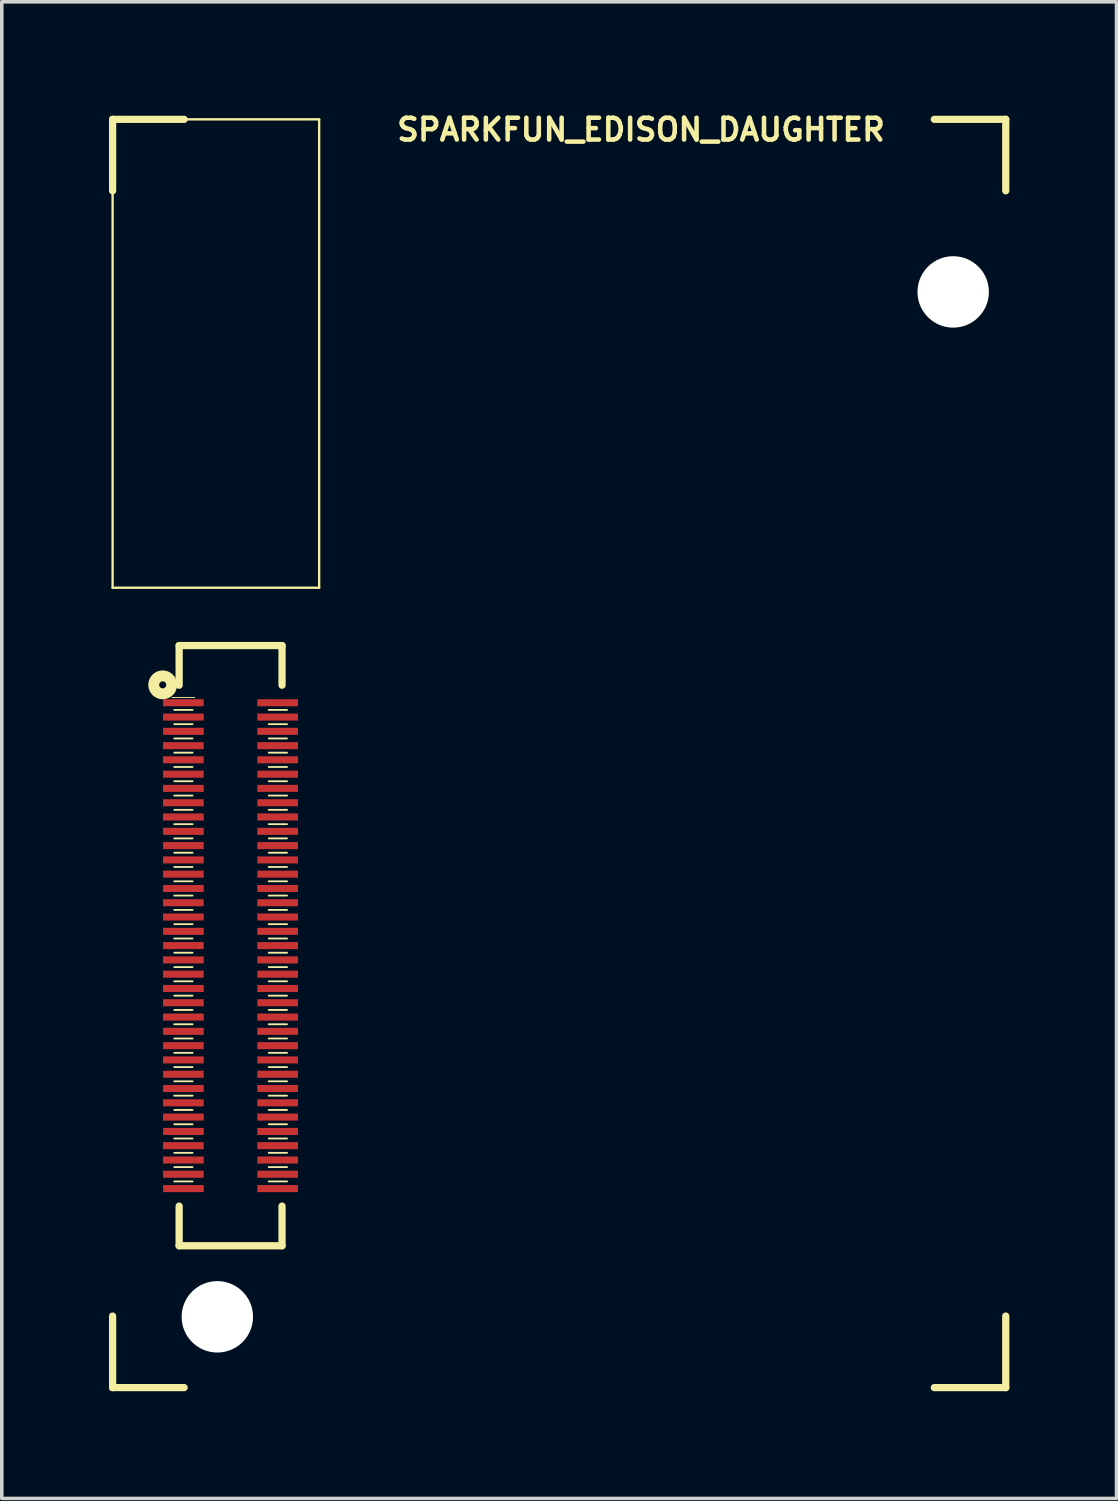
<source format=kicad_pcb>
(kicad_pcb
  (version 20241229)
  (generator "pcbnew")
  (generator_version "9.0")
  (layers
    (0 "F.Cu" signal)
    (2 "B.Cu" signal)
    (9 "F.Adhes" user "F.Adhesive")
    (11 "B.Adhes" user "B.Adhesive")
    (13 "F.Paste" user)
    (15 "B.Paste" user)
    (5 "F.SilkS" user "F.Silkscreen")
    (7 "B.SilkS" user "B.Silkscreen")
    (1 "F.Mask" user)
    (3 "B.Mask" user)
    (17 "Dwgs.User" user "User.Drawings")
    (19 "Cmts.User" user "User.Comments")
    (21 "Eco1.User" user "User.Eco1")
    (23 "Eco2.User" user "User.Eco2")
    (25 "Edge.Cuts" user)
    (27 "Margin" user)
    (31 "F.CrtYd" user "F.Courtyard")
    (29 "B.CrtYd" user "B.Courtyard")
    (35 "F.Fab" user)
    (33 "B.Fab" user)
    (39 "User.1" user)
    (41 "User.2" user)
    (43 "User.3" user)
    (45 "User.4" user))
  (footprint "SPARKFUN_EDISON_DAUGHTER"
    (layer "F.Cu")
    (at 14.072 18.009)
    (property "Reference" "SPARKFUN_EDISON_DAUGHTER" (at 0.82 -17.429 0) (layer "F.SilkS") (effects (font (size 0.61 0.61) (thickness 0.127))))
    (attr smd)
    (fp_line (start -13.97 -17.719) (end -11.968 -17.719) (stroke (width 0.203) (type solid)) (layer "F.SilkS"))
    (fp_line (start -13.97 -17.719) (end -8.189 -17.719) (stroke (width 0.066) (type solid)) (layer "F.SilkS"))
    (fp_line (start -13.97 -15.718) (end -13.97 -17.719) (stroke (width 0.203) (type solid)) (layer "F.SilkS"))
    (fp_line (start -13.97 -4.608) (end -13.97 -17.719) (stroke (width 0.066) (type solid)) (layer "F.SilkS"))
    (fp_line (start -13.97 -4.608) (end -8.189 -4.608) (stroke (width 0.066) (type solid)) (layer "F.SilkS"))
    (fp_line (start -13.97 17.78) (end -13.97 15.778) (stroke (width 0.203) (type solid)) (layer "F.SilkS"))
    (fp_line (start -12.306 -1.537) (end -11.671 -1.537) (stroke (width 0.025) (type solid)) (layer "F.SilkS"))
    (fp_line (start -12.245 -1.189) (end -11.732 -1.189) (stroke (width 0.051) (type solid)) (layer "F.SilkS"))
    (fp_line (start -12.245 -0.79) (end -11.732 -0.79) (stroke (width 0.051) (type solid)) (layer "F.SilkS"))
    (fp_line (start -12.245 -0.389) (end -11.732 -0.389) (stroke (width 0.051) (type solid)) (layer "F.SilkS"))
    (fp_line (start -12.245 0.008) (end -11.732 0.008) (stroke (width 0.051) (type solid)) (layer "F.SilkS"))
    (fp_line (start -12.245 0.409) (end -11.732 0.409) (stroke (width 0.051) (type solid)) (layer "F.SilkS"))
    (fp_line (start -12.245 0.808) (end -11.732 0.808) (stroke (width 0.051) (type solid)) (layer "F.SilkS"))
    (fp_line (start -12.245 1.209) (end -11.732 1.209) (stroke (width 0.051) (type solid)) (layer "F.SilkS"))
    (fp_line (start -12.245 1.608) (end -11.732 1.608) (stroke (width 0.051) (type solid)) (layer "F.SilkS"))
    (fp_line (start -12.245 2.009) (end -11.732 2.009) (stroke (width 0.051) (type solid)) (layer "F.SilkS"))
    (fp_line (start -12.245 2.408) (end -11.732 2.408) (stroke (width 0.051) (type solid)) (layer "F.SilkS"))
    (fp_line (start -12.245 2.809) (end -11.732 2.809) (stroke (width 0.051) (type solid)) (layer "F.SilkS"))
    (fp_line (start -12.245 3.208) (end -11.732 3.208) (stroke (width 0.051) (type solid)) (layer "F.SilkS"))
    (fp_line (start -12.245 3.609) (end -11.732 3.609) (stroke (width 0.051) (type solid)) (layer "F.SilkS"))
    (fp_line (start -12.245 4.008) (end -11.732 4.008) (stroke (width 0.051) (type solid)) (layer "F.SilkS"))
    (fp_line (start -12.245 4.409) (end -11.732 4.409) (stroke (width 0.051) (type solid)) (layer "F.SilkS"))
    (fp_line (start -12.245 4.808) (end -11.732 4.808) (stroke (width 0.051) (type solid)) (layer "F.SilkS"))
    (fp_line (start -12.245 5.21) (end -11.732 5.21) (stroke (width 0.051) (type solid)) (layer "F.SilkS"))
    (fp_line (start -12.245 5.608) (end -11.732 5.608) (stroke (width 0.051) (type solid)) (layer "F.SilkS"))
    (fp_line (start -12.245 6.01) (end -11.732 6.01) (stroke (width 0.051) (type solid)) (layer "F.SilkS"))
    (fp_line (start -12.245 6.408) (end -11.732 6.408) (stroke (width 0.051) (type solid)) (layer "F.SilkS"))
    (fp_line (start -12.245 6.81) (end -11.732 6.81) (stroke (width 0.051) (type solid)) (layer "F.SilkS"))
    (fp_line (start -12.245 7.209) (end -11.732 7.209) (stroke (width 0.051) (type solid)) (layer "F.SilkS"))
    (fp_line (start -12.245 7.61) (end -11.732 7.61) (stroke (width 0.051) (type solid)) (layer "F.SilkS"))
    (fp_line (start -12.245 8.009) (end -11.732 8.009) (stroke (width 0.051) (type solid)) (layer "F.SilkS"))
    (fp_line (start -12.245 8.41) (end -11.732 8.41) (stroke (width 0.051) (type solid)) (layer "F.SilkS"))
    (fp_line (start -12.245 8.809) (end -11.732 8.809) (stroke (width 0.051) (type solid)) (layer "F.SilkS"))
    (fp_line (start -12.245 9.207) (end -11.732 9.207) (stroke (width 0.051) (type solid)) (layer "F.SilkS"))
    (fp_line (start -12.245 9.609) (end -11.732 9.609) (stroke (width 0.051) (type solid)) (layer "F.SilkS"))
    (fp_line (start -12.245 10.008) (end -11.732 10.008) (stroke (width 0.051) (type solid)) (layer "F.SilkS"))
    (fp_line (start -12.245 10.409) (end -11.732 10.409) (stroke (width 0.051) (type solid)) (layer "F.SilkS"))
    (fp_line (start -12.245 10.808) (end -11.732 10.808) (stroke (width 0.051) (type solid)) (layer "F.SilkS"))
    (fp_line (start -12.245 11.209) (end -11.732 11.209) (stroke (width 0.051) (type solid)) (layer "F.SilkS"))
    (fp_line (start -12.245 11.608) (end -11.732 11.608) (stroke (width 0.051) (type solid)) (layer "F.SilkS"))
    (fp_line (start -12.245 12.009) (end -11.732 12.009) (stroke (width 0.051) (type solid)) (layer "F.SilkS"))
    (fp_line (start -12.108 -2.99) (end -12.108 -1.88) (stroke (width 0.203) (type solid)) (layer "F.SilkS"))
    (fp_line (start -12.108 -2.99) (end -9.228 -2.99) (stroke (width 0.203) (type solid)) (layer "F.SilkS"))
    (fp_line (start -12.108 12.7) (end -12.108 13.81) (stroke (width 0.203) (type solid)) (layer "F.SilkS"))
    (fp_line (start -11.968 17.78) (end -13.97 17.78) (stroke (width 0.203) (type solid)) (layer "F.SilkS"))
    (fp_line (start -9.599 -1.189) (end -9.088 -1.189) (stroke (width 0.051) (type solid)) (layer "F.SilkS"))
    (fp_line (start -9.599 -0.79) (end -9.088 -0.79) (stroke (width 0.051) (type solid)) (layer "F.SilkS"))
    (fp_line (start -9.599 -0.389) (end -9.088 -0.389) (stroke (width 0.051) (type solid)) (layer "F.SilkS"))
    (fp_line (start -9.599 0.008) (end -9.088 0.008) (stroke (width 0.051) (type solid)) (layer "F.SilkS"))
    (fp_line (start -9.599 0.409) (end -9.088 0.409) (stroke (width 0.051) (type solid)) (layer "F.SilkS"))
    (fp_line (start -9.599 0.808) (end -9.088 0.808) (stroke (width 0.051) (type solid)) (layer "F.SilkS"))
    (fp_line (start -9.599 1.209) (end -9.088 1.209) (stroke (width 0.051) (type solid)) (layer "F.SilkS"))
    (fp_line (start -9.599 1.608) (end -9.088 1.608) (stroke (width 0.051) (type solid)) (layer "F.SilkS"))
    (fp_line (start -9.599 2.009) (end -9.088 2.009) (stroke (width 0.051) (type solid)) (layer "F.SilkS"))
    (fp_line (start -9.599 2.408) (end -9.088 2.408) (stroke (width 0.051) (type solid)) (layer "F.SilkS"))
    (fp_line (start -9.599 2.809) (end -9.088 2.809) (stroke (width 0.051) (type solid)) (layer "F.SilkS"))
    (fp_line (start -9.599 3.208) (end -9.088 3.208) (stroke (width 0.051) (type solid)) (layer "F.SilkS"))
    (fp_line (start -9.599 3.609) (end -9.088 3.609) (stroke (width 0.051) (type solid)) (layer "F.SilkS"))
    (fp_line (start -9.599 4.008) (end -9.088 4.008) (stroke (width 0.051) (type solid)) (layer "F.SilkS"))
    (fp_line (start -9.599 4.409) (end -9.088 4.409) (stroke (width 0.051) (type solid)) (layer "F.SilkS"))
    (fp_line (start -9.599 4.808) (end -9.088 4.808) (stroke (width 0.051) (type solid)) (layer "F.SilkS"))
    (fp_line (start -9.599 5.21) (end -9.088 5.21) (stroke (width 0.051) (type solid)) (layer "F.SilkS"))
    (fp_line (start -9.599 5.608) (end -9.088 5.608) (stroke (width 0.051) (type solid)) (layer "F.SilkS"))
    (fp_line (start -9.599 6.01) (end -9.088 6.01) (stroke (width 0.051) (type solid)) (layer "F.SilkS"))
    (fp_line (start -9.599 6.408) (end -9.088 6.408) (stroke (width 0.051) (type solid)) (layer "F.SilkS"))
    (fp_line (start -9.599 6.81) (end -9.088 6.81) (stroke (width 0.051) (type solid)) (layer "F.SilkS"))
    (fp_line (start -9.599 7.209) (end -9.088 7.209) (stroke (width 0.051) (type solid)) (layer "F.SilkS"))
    (fp_line (start -9.599 7.61) (end -9.088 7.61) (stroke (width 0.051) (type solid)) (layer "F.SilkS"))
    (fp_line (start -9.599 8.009) (end -9.088 8.009) (stroke (width 0.051) (type solid)) (layer "F.SilkS"))
    (fp_line (start -9.599 8.41) (end -9.088 8.41) (stroke (width 0.051) (type solid)) (layer "F.SilkS"))
    (fp_line (start -9.599 8.809) (end -9.088 8.809) (stroke (width 0.051) (type solid)) (layer "F.SilkS"))
    (fp_line (start -9.599 9.207) (end -9.088 9.207) (stroke (width 0.051) (type solid)) (layer "F.SilkS"))
    (fp_line (start -9.599 9.609) (end -9.088 9.609) (stroke (width 0.051) (type solid)) (layer "F.SilkS"))
    (fp_line (start -9.599 10.008) (end -9.088 10.008) (stroke (width 0.051) (type solid)) (layer "F.SilkS"))
    (fp_line (start -9.599 10.409) (end -9.088 10.409) (stroke (width 0.051) (type solid)) (layer "F.SilkS"))
    (fp_line (start -9.599 10.808) (end -9.088 10.808) (stroke (width 0.051) (type solid)) (layer "F.SilkS"))
    (fp_line (start -9.599 11.209) (end -9.088 11.209) (stroke (width 0.051) (type solid)) (layer "F.SilkS"))
    (fp_line (start -9.599 11.608) (end -9.088 11.608) (stroke (width 0.051) (type solid)) (layer "F.SilkS"))
    (fp_line (start -9.599 12.009) (end -9.088 12.009) (stroke (width 0.051) (type solid)) (layer "F.SilkS"))
    (fp_line (start -9.228 -2.99) (end -9.228 -1.88) (stroke (width 0.203) (type solid)) (layer "F.SilkS"))
    (fp_line (start -9.228 12.7) (end -9.228 13.81) (stroke (width 0.203) (type solid)) (layer "F.SilkS"))
    (fp_line (start -9.228 13.81) (end -12.108 13.81) (stroke (width 0.203) (type solid)) (layer "F.SilkS"))
    (fp_line (start -8.189 -4.608) (end -8.189 -17.719) (stroke (width 0.066) (type solid)) (layer "F.SilkS"))
    (fp_line (start 9.03 -17.719) (end 11.029 -17.719) (stroke (width 0.203) (type solid)) (layer "F.SilkS"))
    (fp_line (start 11.029 -17.719) (end 11.029 -15.718) (stroke (width 0.203) (type solid)) (layer "F.SilkS"))
    (fp_line (start 11.029 15.778) (end 11.029 17.78) (stroke (width 0.203) (type solid)) (layer "F.SilkS"))
    (fp_line (start 11.029 17.78) (end 9.03 17.78) (stroke (width 0.203) (type solid)) (layer "F.SilkS"))
    (fp_circle (center -12.568 -1.89) (end -12.568 -1.989) (stroke (width 0.305) (type solid)) (fill no) (layer "F.SilkS"))
    (fp_line (start -13.97 -17.719) (end -8.189 -17.719) (stroke (width 0.066) (type solid)) (layer "Eco2.User"))
    (fp_line (start -13.97 -4.608) (end -13.97 -17.719) (stroke (width 0.066) (type solid)) (layer "Eco2.User"))
    (fp_line (start -13.97 -4.608) (end -8.189 -4.608) (stroke (width 0.066) (type solid)) (layer "Eco2.User"))
    (fp_line (start -8.189 -4.608) (end -8.189 -17.719) (stroke (width 0.066) (type solid)) (layer "Eco2.User"))
    (pad "" np_thru_hole circle (at -11.039 15.799) (size 1.999 1.999) (drill 1.999) (layers "*.Cu" "*.Mask"))
    (pad "" np_thru_hole circle (at 9.558 -12.888) (size 1.999 1.999) (drill 1.999) (layers "*.Cu" "*.Mask"))
    (pad "1" smd rect (at -11.989 -1.389 90) (size 0.198 1.138) (layers "F.Cu" "F.Mask" "F.Paste"))
    (pad "2" smd rect (at -9.35 -1.389 90) (size 0.198 1.138) (layers "F.Cu" "F.Mask" "F.Paste"))
    (pad "3" smd rect (at -11.989 -0.988 90) (size 0.198 1.138) (layers "F.Cu" "F.Mask" "F.Paste"))
    (pad "4" smd rect (at -9.35 -0.988 90) (size 0.198 1.138) (layers "F.Cu" "F.Mask" "F.Paste"))
    (pad "5" smd rect (at -11.989 -0.589 90) (size 0.198 1.138) (layers "F.Cu" "F.Mask" "F.Paste"))
    (pad "6" smd rect (at -9.35 -0.589 90) (size 0.198 1.138) (layers "F.Cu" "F.Mask" "F.Paste"))
    (pad "7" smd rect (at -11.989 -0.188 90) (size 0.198 1.138) (layers "F.Cu" "F.Mask" "F.Paste"))
    (pad "8" smd rect (at -9.35 -0.188 90) (size 0.198 1.138) (layers "F.Cu" "F.Mask" "F.Paste"))
    (pad "9" smd rect (at -11.989 0.208 90) (size 0.198 1.138) (layers "F.Cu" "F.Mask" "F.Paste"))
    (pad "10" smd rect (at -9.35 0.208 90) (size 0.198 1.138) (layers "F.Cu" "F.Mask" "F.Paste"))
    (pad "11" smd rect (at -11.989 0.61 90) (size 0.198 1.138) (layers "F.Cu" "F.Mask" "F.Paste"))
    (pad "12" smd rect (at -9.35 0.61 90) (size 0.198 1.138) (layers "F.Cu" "F.Mask" "F.Paste"))
    (pad "13" smd rect (at -11.989 1.008 90) (size 0.198 1.138) (layers "F.Cu" "F.Mask" "F.Paste"))
    (pad "14" smd rect (at -9.35 1.008 90) (size 0.198 1.138) (layers "F.Cu" "F.Mask" "F.Paste"))
    (pad "15" smd rect (at -11.989 1.41 90) (size 0.198 1.138) (layers "F.Cu" "F.Mask" "F.Paste"))
    (pad "16" smd rect (at -9.35 1.41 90) (size 0.198 1.138) (layers "F.Cu" "F.Mask" "F.Paste"))
    (pad "17" smd rect (at -11.989 1.808 90) (size 0.198 1.138) (layers "F.Cu" "F.Mask" "F.Paste"))
    (pad "18" smd rect (at -9.35 1.808 90) (size 0.198 1.138) (layers "F.Cu" "F.Mask" "F.Paste"))
    (pad "19" smd rect (at -11.989 2.21 90) (size 0.198 1.138) (layers "F.Cu" "F.Mask" "F.Paste"))
    (pad "20" smd rect (at -9.35 2.21 90) (size 0.198 1.138) (layers "F.Cu" "F.Mask" "F.Paste"))
    (pad "21" smd rect (at -11.989 2.609 90) (size 0.198 1.138) (layers "F.Cu" "F.Mask" "F.Paste"))
    (pad "22" smd rect (at -9.35 2.609 90) (size 0.198 1.138) (layers "F.Cu" "F.Mask" "F.Paste"))
    (pad "23" smd rect (at -11.989 3.01 90) (size 0.198 1.138) (layers "F.Cu" "F.Mask" "F.Paste"))
    (pad "24" smd rect (at -9.35 3.01 90) (size 0.198 1.138) (layers "F.Cu" "F.Mask" "F.Paste"))
    (pad "25" smd rect (at -11.989 3.409 90) (size 0.198 1.138) (layers "F.Cu" "F.Mask" "F.Paste"))
    (pad "26" smd rect (at -9.35 3.409 90) (size 0.198 1.138) (layers "F.Cu" "F.Mask" "F.Paste"))
    (pad "27" smd rect (at -11.989 3.81 90) (size 0.198 1.138) (layers "F.Cu" "F.Mask" "F.Paste"))
    (pad "28" smd rect (at -9.35 3.81 90) (size 0.198 1.138) (layers "F.Cu" "F.Mask" "F.Paste"))
    (pad "29" smd rect (at -11.989 4.209 90) (size 0.198 1.138) (layers "F.Cu" "F.Mask" "F.Paste"))
    (pad "30" smd rect (at -9.35 4.209 90) (size 0.198 1.138) (layers "F.Cu" "F.Mask" "F.Paste"))
    (pad "31" smd rect (at -11.989 4.608 90) (size 0.198 1.138) (layers "F.Cu" "F.Mask" "F.Paste"))
    (pad "32" smd rect (at -9.35 4.608 90) (size 0.198 1.138) (layers "F.Cu" "F.Mask" "F.Paste"))
    (pad "33" smd rect (at -11.989 5.009 90) (size 0.198 1.138) (layers "F.Cu" "F.Mask" "F.Paste"))
    (pad "34" smd rect (at -9.35 5.009 90) (size 0.198 1.138) (layers "F.Cu" "F.Mask" "F.Paste"))
    (pad "35" smd rect (at -11.989 5.408 90) (size 0.198 1.138) (layers "F.Cu" "F.Mask" "F.Paste"))
    (pad "36" smd rect (at -9.35 5.408 90) (size 0.198 1.138) (layers "F.Cu" "F.Mask" "F.Paste"))
    (pad "37" smd rect (at -11.989 5.809 90) (size 0.198 1.138) (layers "F.Cu" "F.Mask" "F.Paste"))
    (pad "38" smd rect (at -9.35 5.809 90) (size 0.198 1.138) (layers "F.Cu" "F.Mask" "F.Paste"))
    (pad "39" smd rect (at -11.989 6.208 90) (size 0.198 1.138) (layers "F.Cu" "F.Mask" "F.Paste"))
    (pad "40" smd rect (at -9.35 6.208 90) (size 0.198 1.138) (layers "F.Cu" "F.Mask" "F.Paste"))
    (pad "41" smd rect (at -11.989 6.609 90) (size 0.198 1.138) (layers "F.Cu" "F.Mask" "F.Paste"))
    (pad "42" smd rect (at -9.35 6.609 90) (size 0.198 1.138) (layers "F.Cu" "F.Mask" "F.Paste"))
    (pad "43" smd rect (at -11.989 7.008 90) (size 0.198 1.138) (layers "F.Cu" "F.Mask" "F.Paste"))
    (pad "44" smd rect (at -9.35 7.008 90) (size 0.198 1.138) (layers "F.Cu" "F.Mask" "F.Paste"))
    (pad "45" smd rect (at -11.989 7.409 90) (size 0.198 1.138) (layers "F.Cu" "F.Mask" "F.Paste"))
    (pad "46" smd rect (at -9.35 7.409 90) (size 0.198 1.138) (layers "F.Cu" "F.Mask" "F.Paste"))
    (pad "47" smd rect (at -11.989 7.808 90) (size 0.198 1.138) (layers "F.Cu" "F.Mask" "F.Paste"))
    (pad "48" smd rect (at -9.35 7.808 90) (size 0.198 1.138) (layers "F.Cu" "F.Mask" "F.Paste"))
    (pad "49" smd rect (at -11.989 8.209 90) (size 0.198 1.138) (layers "F.Cu" "F.Mask" "F.Paste"))
    (pad "50" smd rect (at -9.35 8.209 90) (size 0.198 1.138) (layers "F.Cu" "F.Mask" "F.Paste"))
    (pad "51" smd rect (at -11.989 8.608 90) (size 0.198 1.138) (layers "F.Cu" "F.Mask" "F.Paste"))
    (pad "52" smd rect (at -9.35 8.608 90) (size 0.198 1.138) (layers "F.Cu" "F.Mask" "F.Paste"))
    (pad "53" smd rect (at -11.989 9.009 90) (size 0.198 1.138) (layers "F.Cu" "F.Mask" "F.Paste"))
    (pad "54" smd rect (at -9.35 9.009 90) (size 0.198 1.138) (layers "F.Cu" "F.Mask" "F.Paste"))
    (pad "55" smd rect (at -11.989 9.408 90) (size 0.198 1.138) (layers "F.Cu" "F.Mask" "F.Paste"))
    (pad "56" smd rect (at -9.35 9.408 90) (size 0.198 1.138) (layers "F.Cu" "F.Mask" "F.Paste"))
    (pad "57" smd rect (at -11.989 9.809 90) (size 0.198 1.138) (layers "F.Cu" "F.Mask" "F.Paste"))
    (pad "58" smd rect (at -9.35 9.809 90) (size 0.198 1.138) (layers "F.Cu" "F.Mask" "F.Paste"))
    (pad "59" smd rect (at -11.989 10.208 90) (size 0.198 1.138) (layers "F.Cu" "F.Mask" "F.Paste"))
    (pad "60" smd rect (at -9.35 10.208 90) (size 0.198 1.138) (layers "F.Cu" "F.Mask" "F.Paste"))
    (pad "61" smd rect (at -11.989 10.61 90) (size 0.198 1.138) (layers "F.Cu" "F.Mask" "F.Paste"))
    (pad "62" smd rect (at -9.35 10.61 90) (size 0.198 1.138) (layers "F.Cu" "F.Mask" "F.Paste"))
    (pad "63" smd rect (at -11.989 11.008 90) (size 0.198 1.138) (layers "F.Cu" "F.Mask" "F.Paste"))
    (pad "64" smd rect (at -9.35 11.008 90) (size 0.198 1.138) (layers "F.Cu" "F.Mask" "F.Paste"))
    (pad "65" smd rect (at -11.989 11.41 90) (size 0.198 1.138) (layers "F.Cu" "F.Mask" "F.Paste"))
    (pad "66" smd rect (at -9.35 11.41 90) (size 0.198 1.138) (layers "F.Cu" "F.Mask" "F.Paste"))
    (pad "67" smd rect (at -11.989 11.808 90) (size 0.198 1.138) (layers "F.Cu" "F.Mask" "F.Paste"))
    (pad "68" smd rect (at -9.35 11.808 90) (size 0.198 1.138) (layers "F.Cu" "F.Mask" "F.Paste"))
    (pad "69" smd rect (at -11.989 12.21 90) (size 0.198 1.138) (layers "F.Cu" "F.Mask" "F.Paste"))
    (pad "70" smd rect (at -9.35 12.21 90) (size 0.198 1.138) (layers "F.Cu" "F.Mask" "F.Paste")))
  (gr_rect
    (start -3 -3)
    (end 28.202 38.891)
    (stroke (width 0.1) (type default))
    (fill no)
    (layer "Edge.Cuts")))
</source>
